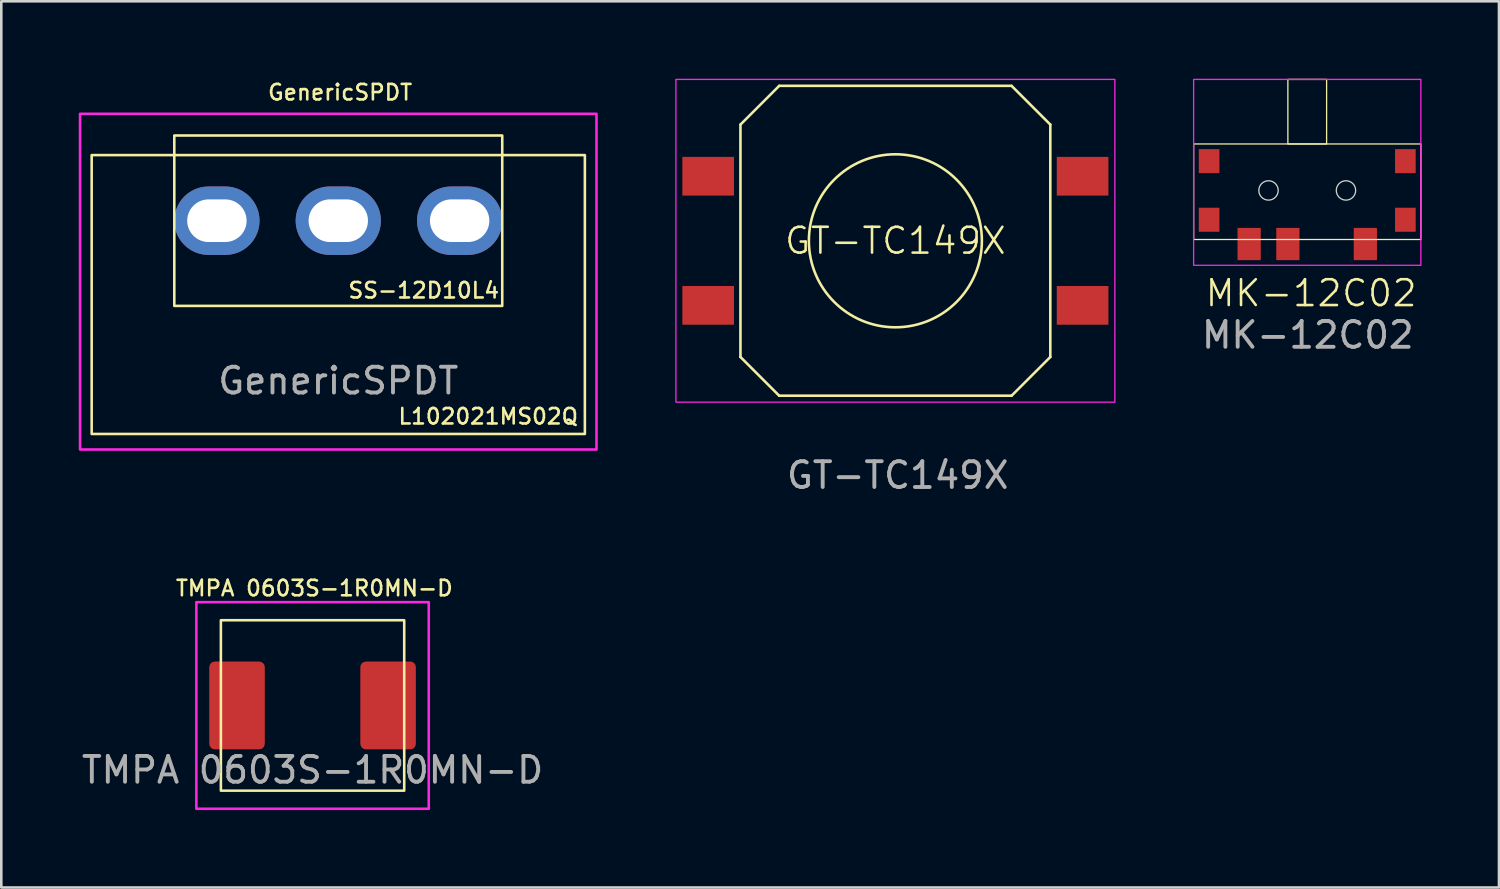
<source format=kicad_pcb>
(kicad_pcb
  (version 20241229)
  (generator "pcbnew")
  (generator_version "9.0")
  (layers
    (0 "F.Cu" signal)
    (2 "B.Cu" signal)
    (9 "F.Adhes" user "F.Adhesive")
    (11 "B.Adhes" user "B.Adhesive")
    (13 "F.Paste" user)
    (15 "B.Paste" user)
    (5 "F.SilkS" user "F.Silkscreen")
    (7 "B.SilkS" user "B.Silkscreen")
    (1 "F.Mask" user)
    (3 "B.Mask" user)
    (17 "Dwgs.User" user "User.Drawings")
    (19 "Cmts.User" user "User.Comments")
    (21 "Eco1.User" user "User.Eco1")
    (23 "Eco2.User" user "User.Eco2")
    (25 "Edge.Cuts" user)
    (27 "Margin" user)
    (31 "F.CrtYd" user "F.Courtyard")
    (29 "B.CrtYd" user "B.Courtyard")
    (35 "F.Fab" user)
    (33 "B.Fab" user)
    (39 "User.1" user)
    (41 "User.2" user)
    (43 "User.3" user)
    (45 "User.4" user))
  (footprint "TMPA 0603S-1R0MN-D"
    (layer "F.Cu")
    (at 9.054 24.27)
    (property "Reference" "TMPA 0603S-1R0MN-D" (at 0.07 -4.54 0) (unlocked yes) (layer "F.SilkS") (effects (font (size 0.6 0.6) (thickness 0.1))))
    (attr smd)
    (fp_rect (start -3.55 -3.3) (end 3.55 3.3) (stroke (width 0.1) (type default)) (fill no) (layer "F.SilkS"))
    (fp_rect (start -4.5 -4) (end 4.5 4) (stroke (width 0.1) (type default)) (fill no) (layer "F.CrtYd"))
    (fp_text user "${REFERENCE}" (at 0 2.5 0) (unlocked yes) (layer "F.Fab") (effects (font (size 1 1) (thickness 0.15))))
    (pad "1" smd roundrect (at -2.925 0) (size 2.15 3.4) (layers "F.Cu" "F.Mask" "F.Paste") (roundrect_rratio 0.1))
    (pad "2" smd roundrect (at 2.925 0) (size 2.15 3.4) (layers "F.Cu" "F.Mask" "F.Paste") (roundrect_rratio 0.1)))
  (footprint "GT-TC149X"
    (layer "F.Cu")
    (at 31.625 6.275)
    (property "Reference" "GT-TC149X" (at 0 0 0) (unlocked yes) (layer "F.SilkS") (effects (font (size 1 1) (thickness 0.1))))
    (attr smd)
    (fp_line (start -6 -4.5) (end -4.5 -6) (stroke (width 0.1) (type default)) (layer "F.SilkS"))
    (fp_line (start -6 4.5) (end -6 -4.5) (stroke (width 0.1) (type default)) (layer "F.SilkS"))
    (fp_line (start -4.5 6) (end -6 4.5) (stroke (width 0.1) (type default)) (layer "F.SilkS"))
    (fp_line (start 4.5 -6) (end -4.5 -6) (stroke (width 0.1) (type default)) (layer "F.SilkS"))
    (fp_line (start 4.5 6) (end -4.5 6) (stroke (width 0.1) (type default)) (layer "F.SilkS"))
    (fp_line (start 6 -4.5) (end 4.5 -6) (stroke (width 0.1) (type default)) (layer "F.SilkS"))
    (fp_line (start 6 4.5) (end 4.5 6) (stroke (width 0.1) (type default)) (layer "F.SilkS"))
    (fp_line (start 6 4.5) (end 6 -4.5) (stroke (width 0.1) (type default)) (layer "F.SilkS"))
    (fp_circle (center 0 0) (end 3.35 0) (stroke (width 0.1) (type default)) (fill no) (layer "F.SilkS"))
    (fp_rect (start -8.5 -6.25) (end 8.5 6.25) (stroke (width 0.05) (type default)) (fill no) (layer "F.CrtYd"))
    (fp_text user "${REFERENCE}" (at 0.09 9.08 0) (unlocked yes) (layer "F.Fab") (effects (font (size 1 1) (thickness 0.15))))
    (pad "1" smd rect (at -7.25 -2.5) (size 2 1.5) (layers "F.Cu" "F.Mask" "F.Paste"))
    (pad "2" smd rect (at 7.25 -2.5) (size 2 1.5) (layers "F.Cu" "F.Mask" "F.Paste"))
    (pad "3" smd rect (at -7.25 2.5) (size 2 1.5) (layers "F.Cu" "F.Mask" "F.Paste"))
    (pad "4" smd rect (at 7.25 2.5) (size 2 1.5) (layers "F.Cu" "F.Mask" "F.Paste")))
  (footprint "MK-12C02"
    (layer "F.Cu")
    (at 47.575 4.325)
    (property "Reference" "MK-12C02" (at 0.15 3.98 0) (unlocked yes) (layer "F.SilkS") (effects (font (size 1 1) (thickness 0.1))))
    (attr smd)
    (fp_rect (start -4.4 -1.8) (end 4.4 1.9) (stroke (width 0.05) (type default)) (fill no) (layer "F.SilkS"))
    (fp_rect (start -0.75 -4.3) (end 0.75 -1.8) (stroke (width 0.05) (type default)) (fill no) (layer "F.SilkS"))
    (fp_circle (center -1.5 0) (end -1.125 0) (stroke (width 0.05) (type default)) (fill no) (layer "Edge.Cuts"))
    (fp_circle (center 1.5 0) (end 1.875 0) (stroke (width 0.05) (type default)) (fill no) (layer "Edge.Cuts"))
    (fp_rect (start -4.4 -4.3) (end 4.4 2.9) (stroke (width 0.05) (type default)) (fill no) (layer "F.CrtYd"))
    (fp_text user "${REFERENCE}" (at 0.02 5.6 0) (unlocked yes) (layer "F.Fab") (effects (font (size 1 1) (thickness 0.15))))
    (pad "1" smd rect (at -2.25 2.075) (size 0.9 1.25) (layers "F.Cu" "F.Mask" "F.Paste"))
    (pad "2" smd rect (at -0.75 2.075) (size 0.9 1.25) (layers "F.Cu" "F.Mask" "F.Paste"))
    (pad "3" smd rect (at 2.25 2.075) (size 0.9 1.25) (layers "F.Cu" "F.Mask" "F.Paste"))
    (pad "MP" smd rect (at -3.8 -1.135) (size 0.8 0.93) (layers "F.Cu" "F.Mask" "F.Paste"))
    (pad "MP" smd rect (at -3.8 1.135) (size 0.8 0.93) (layers "F.Cu" "F.Mask" "F.Paste"))
    (pad "MP" smd rect (at 3.8 -1.135) (size 0.8 0.93) (layers "F.Cu" "F.Mask" "F.Paste"))
    (pad "MP" smd rect (at 3.8 1.135) (size 0.8 0.93) (layers "F.Cu" "F.Mask" "F.Paste")))
  (footprint "GenericSPDT"
    (layer "F.Cu")
    (at 10.05 8.357)
    (property "Reference" "GenericSPDT" (at 0.07 -7.83 0) (unlocked yes) (layer "F.SilkS") (effects (font (size 0.6 0.6) (thickness 0.1))))
    (attr through_hole)
    (fp_rect (start -9.55 -5.4) (end 9.55 5.4) (stroke (width 0.1) (type default)) (fill no) (layer "F.SilkS"))
    (fp_rect (start -6.35 -6.16) (end 6.35 0.44) (stroke (width 0.1) (type default)) (fill no) (layer "F.SilkS"))
    (fp_rect (start -10 -7) (end 10 6) (stroke (width 0.1) (type default)) (fill no) (layer "F.CrtYd"))
    (fp_text user "SS-12D10L4" (at 0.33 0.19 0) (unlocked yes) (layer "F.SilkS") (effects (font (size 0.6 0.6) (thickness 0.1)) (justify left bottom)))
    (fp_text user "L102021MS02Q" (at 2.27 5.07 0) (unlocked yes) (layer "F.SilkS") (effects (font (size 0.6 0.6) (thickness 0.1)) (justify left bottom)))
    (fp_text user "${REFERENCE}" (at 0 3.34 0) (unlocked yes) (layer "F.Fab") (effects (font (size 1 1) (thickness 0.15))))
    (pad "1" thru_hole oval (at -4.7 -2.86) (size 3.3 2.65) (drill oval 2.3 1.65) (layers "*.Cu" "*.Mask"))
    (pad "2" thru_hole oval (at 0 -2.86) (size 3.3 2.65) (drill oval 2.3 1.65) (layers "*.Cu" "*.Mask"))
    (pad "3" thru_hole oval (at 4.7 -2.86) (size 3.3 2.65) (drill oval 2.3 1.65) (layers "*.Cu" "*.Mask")))
  (gr_rect
    (start -3 -3)
    (end 55 31.32)
    (stroke (width 0.1) (type default))
    (fill no)
    (layer "Edge.Cuts")))
</source>
